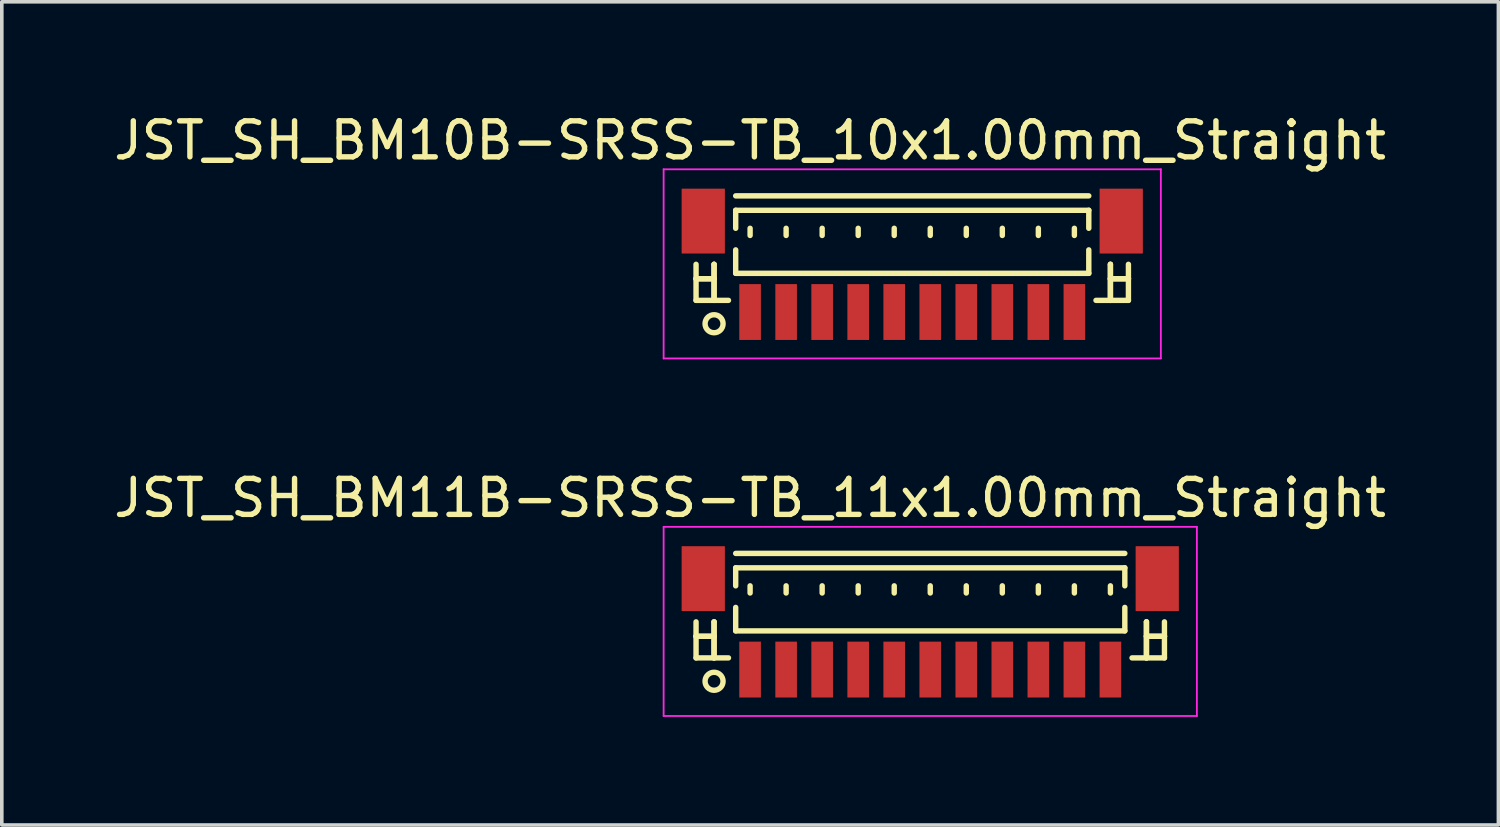
<source format=kicad_pcb>
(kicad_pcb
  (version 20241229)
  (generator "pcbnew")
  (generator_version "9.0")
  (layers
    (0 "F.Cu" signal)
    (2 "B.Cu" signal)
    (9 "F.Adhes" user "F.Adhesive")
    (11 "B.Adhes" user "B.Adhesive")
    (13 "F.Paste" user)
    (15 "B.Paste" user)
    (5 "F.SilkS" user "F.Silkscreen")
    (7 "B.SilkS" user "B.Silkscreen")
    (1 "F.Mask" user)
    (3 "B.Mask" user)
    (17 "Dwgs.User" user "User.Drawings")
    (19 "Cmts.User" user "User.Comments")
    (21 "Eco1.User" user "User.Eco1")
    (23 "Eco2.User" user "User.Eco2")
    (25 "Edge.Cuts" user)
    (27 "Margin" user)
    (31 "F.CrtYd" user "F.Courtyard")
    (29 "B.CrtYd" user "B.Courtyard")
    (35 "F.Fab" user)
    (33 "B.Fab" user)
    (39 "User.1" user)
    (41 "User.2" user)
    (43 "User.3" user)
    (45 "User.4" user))
  (footprint "JST_SH_BM11B-SRSS-TB_11x1.00mm_Straight"
    (layer "F.Cu")
    (at 22.768 14.271)
    (property "Reference" "JST_SH_BM11B-SRSS-TB_11x1.00mm_Straight" (at -5 -3.5 0) (layer "F.SilkS") (effects (font (size 1 1) (thickness 0.15))))
    (attr smd)
    (fp_line (start -6.5 -0.062) (end -6.5 0.938) (stroke (width 0.15) (type solid)) (layer "F.SilkS"))
    (fp_line (start -6.5 0.338) (end -6.5 0.338) (stroke (width 0.15) (type solid)) (layer "F.SilkS"))
    (fp_line (start -6.5 0.338) (end -6 0.338) (stroke (width 0.15) (type solid)) (layer "F.SilkS"))
    (fp_line (start -6.5 0.938) (end -5.6 0.938) (stroke (width 0.15) (type solid)) (layer "F.SilkS"))
    (fp_line (start -6 -0.062) (end -6 -0.062) (stroke (width 0.15) (type solid)) (layer "F.SilkS"))
    (fp_line (start -6 -0.062) (end -6 0.938) (stroke (width 0.15) (type solid)) (layer "F.SilkS"))
    (fp_line (start -6 0.338) (end -6.5 0.338) (stroke (width 0.15) (type solid)) (layer "F.SilkS"))
    (fp_line (start -6 0.338) (end -6 0.338) (stroke (width 0.15) (type solid)) (layer "F.SilkS"))
    (fp_line (start -6 0.938) (end -6 -0.062) (stroke (width 0.15) (type solid)) (layer "F.SilkS"))
    (fp_line (start -6 0.938) (end -6 0.938) (stroke (width 0.15) (type solid)) (layer "F.SilkS"))
    (fp_line (start -5.4 -1.962) (end 5.4 -1.962) (stroke (width 0.15) (type solid)) (layer "F.SilkS"))
    (fp_line (start -5.4 -1.562) (end 5.4 -1.562) (stroke (width 0.15) (type solid)) (layer "F.SilkS"))
    (fp_line (start -5.4 -1.062) (end -5.4 -1.562) (stroke (width 0.15) (type solid)) (layer "F.SilkS"))
    (fp_line (start -5.4 -0.463) (end -5.4 0.188) (stroke (width 0.15) (type solid)) (layer "F.SilkS"))
    (fp_line (start -5.4 0.188) (end 5.4 0.188) (stroke (width 0.15) (type solid)) (layer "F.SilkS"))
    (fp_line (start -5 -1.062) (end -5 -0.863) (stroke (width 0.15) (type solid)) (layer "F.SilkS"))
    (fp_line (start -4 -1.062) (end -4 -0.863) (stroke (width 0.15) (type solid)) (layer "F.SilkS"))
    (fp_line (start -3 -1.062) (end -3 -0.863) (stroke (width 0.15) (type solid)) (layer "F.SilkS"))
    (fp_line (start -2 -1.062) (end -2 -0.863) (stroke (width 0.15) (type solid)) (layer "F.SilkS"))
    (fp_line (start -1 -1.062) (end -1 -0.863) (stroke (width 0.15) (type solid)) (layer "F.SilkS"))
    (fp_line (start 0 -1.062) (end 0 -0.863) (stroke (width 0.15) (type solid)) (layer "F.SilkS"))
    (fp_line (start 1 -1.062) (end 1 -0.863) (stroke (width 0.15) (type solid)) (layer "F.SilkS"))
    (fp_line (start 2 -1.062) (end 2 -0.863) (stroke (width 0.15) (type solid)) (layer "F.SilkS"))
    (fp_line (start 3 -1.062) (end 3 -0.863) (stroke (width 0.15) (type solid)) (layer "F.SilkS"))
    (fp_line (start 4 -1.062) (end 4 -0.863) (stroke (width 0.15) (type solid)) (layer "F.SilkS"))
    (fp_line (start 5 -1.062) (end 5 -0.863) (stroke (width 0.15) (type solid)) (layer "F.SilkS"))
    (fp_line (start 5.4 -1.562) (end 5.4 -1.062) (stroke (width 0.15) (type solid)) (layer "F.SilkS"))
    (fp_line (start 5.4 0.188) (end 5.4 -0.463) (stroke (width 0.15) (type solid)) (layer "F.SilkS"))
    (fp_line (start 6 -0.062) (end 6 -0.062) (stroke (width 0.15) (type solid)) (layer "F.SilkS"))
    (fp_line (start 6 -0.062) (end 6 0.938) (stroke (width 0.15) (type solid)) (layer "F.SilkS"))
    (fp_line (start 6 0.338) (end 6 0.338) (stroke (width 0.15) (type solid)) (layer "F.SilkS"))
    (fp_line (start 6 0.338) (end 6.5 0.338) (stroke (width 0.15) (type solid)) (layer "F.SilkS"))
    (fp_line (start 6 0.938) (end 6 -0.062) (stroke (width 0.15) (type solid)) (layer "F.SilkS"))
    (fp_line (start 6 0.938) (end 6 0.938) (stroke (width 0.15) (type solid)) (layer "F.SilkS"))
    (fp_line (start 6.5 -0.062) (end 6.5 0.938) (stroke (width 0.15) (type solid)) (layer "F.SilkS"))
    (fp_line (start 6.5 0.338) (end 6 0.338) (stroke (width 0.15) (type solid)) (layer "F.SilkS"))
    (fp_line (start 6.5 0.338) (end 6.5 0.338) (stroke (width 0.15) (type solid)) (layer "F.SilkS"))
    (fp_line (start 6.5 0.938) (end 5.6 0.938) (stroke (width 0.15) (type solid)) (layer "F.SilkS"))
    (fp_circle (center -6 1.587) (end -5.75 1.587) (stroke (width 0.15) (type solid)) (fill no) (layer "F.SilkS"))
    (fp_line (start -7.4 -2.7) (end 7.4 -2.7) (stroke (width 0.05) (type solid)) (layer "F.CrtYd"))
    (fp_line (start -7.4 2.55) (end -7.4 -2.7) (stroke (width 0.05) (type solid)) (layer "F.CrtYd"))
    (fp_line (start 7.4 -2.7) (end 7.4 2.55) (stroke (width 0.05) (type solid)) (layer "F.CrtYd"))
    (fp_line (start 7.4 2.55) (end -7.4 2.55) (stroke (width 0.05) (type solid)) (layer "F.CrtYd"))
    (pad "" smd rect (at -6.3 -1.262) (size 1.2 1.8) (layers "F.Cu" "F.Mask" "F.Paste"))
    (pad "" smd rect (at 6.3 -1.262) (size 1.2 1.8) (layers "F.Cu" "F.Mask" "F.Paste"))
    (pad "1" smd rect (at -5 1.262) (size 0.6 1.55) (layers "F.Cu" "F.Mask" "F.Paste"))
    (pad "2" smd rect (at -4 1.262) (size 0.6 1.55) (layers "F.Cu" "F.Mask" "F.Paste"))
    (pad "3" smd rect (at -3 1.262) (size 0.6 1.55) (layers "F.Cu" "F.Mask" "F.Paste"))
    (pad "4" smd rect (at -2 1.262) (size 0.6 1.55) (layers "F.Cu" "F.Mask" "F.Paste"))
    (pad "5" smd rect (at -1 1.262) (size 0.6 1.55) (layers "F.Cu" "F.Mask" "F.Paste"))
    (pad "6" smd rect (at 0 1.262) (size 0.6 1.55) (layers "F.Cu" "F.Mask" "F.Paste"))
    (pad "7" smd rect (at 1 1.262) (size 0.6 1.55) (layers "F.Cu" "F.Mask" "F.Paste"))
    (pad "8" smd rect (at 2 1.262) (size 0.6 1.55) (layers "F.Cu" "F.Mask" "F.Paste"))
    (pad "9" smd rect (at 3 1.262) (size 0.6 1.55) (layers "F.Cu" "F.Mask" "F.Paste"))
    (pad "10" smd rect (at 4 1.262) (size 0.6 1.55) (layers "F.Cu" "F.Mask" "F.Paste"))
    (pad "11" smd rect (at 5 1.262) (size 0.6 1.55) (layers "F.Cu" "F.Mask" "F.Paste")))
  (footprint "JST_SH_BM10B-SRSS-TB_10x1.00mm_Straight"
    (layer "F.Cu")
    (at 22.268 4.348)
    (property "Reference" "JST_SH_BM10B-SRSS-TB_10x1.00mm_Straight" (at -4.5 -3.5 0) (layer "F.SilkS") (effects (font (size 1 1) (thickness 0.15))))
    (attr smd)
    (fp_line (start -6 -0.062) (end -6 0.938) (stroke (width 0.15) (type solid)) (layer "F.SilkS"))
    (fp_line (start -6 0.338) (end -6 0.338) (stroke (width 0.15) (type solid)) (layer "F.SilkS"))
    (fp_line (start -6 0.338) (end -5.5 0.338) (stroke (width 0.15) (type solid)) (layer "F.SilkS"))
    (fp_line (start -6 0.938) (end -5.1 0.938) (stroke (width 0.15) (type solid)) (layer "F.SilkS"))
    (fp_line (start -5.5 -0.062) (end -5.5 -0.062) (stroke (width 0.15) (type solid)) (layer "F.SilkS"))
    (fp_line (start -5.5 -0.062) (end -5.5 0.938) (stroke (width 0.15) (type solid)) (layer "F.SilkS"))
    (fp_line (start -5.5 0.338) (end -6 0.338) (stroke (width 0.15) (type solid)) (layer "F.SilkS"))
    (fp_line (start -5.5 0.338) (end -5.5 0.338) (stroke (width 0.15) (type solid)) (layer "F.SilkS"))
    (fp_line (start -5.5 0.938) (end -5.5 -0.062) (stroke (width 0.15) (type solid)) (layer "F.SilkS"))
    (fp_line (start -5.5 0.938) (end -5.5 0.938) (stroke (width 0.15) (type solid)) (layer "F.SilkS"))
    (fp_line (start -4.9 -1.962) (end 4.9 -1.962) (stroke (width 0.15) (type solid)) (layer "F.SilkS"))
    (fp_line (start -4.9 -1.562) (end 4.9 -1.562) (stroke (width 0.15) (type solid)) (layer "F.SilkS"))
    (fp_line (start -4.9 -1.062) (end -4.9 -1.562) (stroke (width 0.15) (type solid)) (layer "F.SilkS"))
    (fp_line (start -4.9 -0.463) (end -4.9 0.188) (stroke (width 0.15) (type solid)) (layer "F.SilkS"))
    (fp_line (start -4.9 0.188) (end 4.9 0.188) (stroke (width 0.15) (type solid)) (layer "F.SilkS"))
    (fp_line (start -4.5 -1.062) (end -4.5 -0.863) (stroke (width 0.15) (type solid)) (layer "F.SilkS"))
    (fp_line (start -3.5 -1.062) (end -3.5 -0.863) (stroke (width 0.15) (type solid)) (layer "F.SilkS"))
    (fp_line (start -2.5 -1.062) (end -2.5 -0.863) (stroke (width 0.15) (type solid)) (layer "F.SilkS"))
    (fp_line (start -1.5 -1.062) (end -1.5 -0.863) (stroke (width 0.15) (type solid)) (layer "F.SilkS"))
    (fp_line (start -0.5 -1.062) (end -0.5 -0.863) (stroke (width 0.15) (type solid)) (layer "F.SilkS"))
    (fp_line (start 0.5 -1.062) (end 0.5 -0.863) (stroke (width 0.15) (type solid)) (layer "F.SilkS"))
    (fp_line (start 1.5 -1.062) (end 1.5 -0.863) (stroke (width 0.15) (type solid)) (layer "F.SilkS"))
    (fp_line (start 2.5 -1.062) (end 2.5 -0.863) (stroke (width 0.15) (type solid)) (layer "F.SilkS"))
    (fp_line (start 3.5 -1.062) (end 3.5 -0.863) (stroke (width 0.15) (type solid)) (layer "F.SilkS"))
    (fp_line (start 4.5 -1.062) (end 4.5 -0.863) (stroke (width 0.15) (type solid)) (layer "F.SilkS"))
    (fp_line (start 4.9 -1.562) (end 4.9 -1.062) (stroke (width 0.15) (type solid)) (layer "F.SilkS"))
    (fp_line (start 4.9 0.188) (end 4.9 -0.463) (stroke (width 0.15) (type solid)) (layer "F.SilkS"))
    (fp_line (start 5.5 -0.062) (end 5.5 -0.062) (stroke (width 0.15) (type solid)) (layer "F.SilkS"))
    (fp_line (start 5.5 -0.062) (end 5.5 0.938) (stroke (width 0.15) (type solid)) (layer "F.SilkS"))
    (fp_line (start 5.5 0.338) (end 5.5 0.338) (stroke (width 0.15) (type solid)) (layer "F.SilkS"))
    (fp_line (start 5.5 0.338) (end 6 0.338) (stroke (width 0.15) (type solid)) (layer "F.SilkS"))
    (fp_line (start 5.5 0.938) (end 5.5 -0.062) (stroke (width 0.15) (type solid)) (layer "F.SilkS"))
    (fp_line (start 5.5 0.938) (end 5.5 0.938) (stroke (width 0.15) (type solid)) (layer "F.SilkS"))
    (fp_line (start 6 -0.062) (end 6 0.938) (stroke (width 0.15) (type solid)) (layer "F.SilkS"))
    (fp_line (start 6 0.338) (end 5.5 0.338) (stroke (width 0.15) (type solid)) (layer "F.SilkS"))
    (fp_line (start 6 0.338) (end 6 0.338) (stroke (width 0.15) (type solid)) (layer "F.SilkS"))
    (fp_line (start 6 0.938) (end 5.1 0.938) (stroke (width 0.15) (type solid)) (layer "F.SilkS"))
    (fp_circle (center -5.5 1.587) (end -5.25 1.587) (stroke (width 0.15) (type solid)) (fill no) (layer "F.SilkS"))
    (fp_line (start -6.9 -2.7) (end 6.9 -2.7) (stroke (width 0.05) (type solid)) (layer "F.CrtYd"))
    (fp_line (start -6.9 2.55) (end -6.9 -2.7) (stroke (width 0.05) (type solid)) (layer "F.CrtYd"))
    (fp_line (start 6.9 -2.7) (end 6.9 2.55) (stroke (width 0.05) (type solid)) (layer "F.CrtYd"))
    (fp_line (start 6.9 2.55) (end -6.9 2.55) (stroke (width 0.05) (type solid)) (layer "F.CrtYd"))
    (pad "" smd rect (at -5.8 -1.262) (size 1.2 1.8) (layers "F.Cu" "F.Mask" "F.Paste"))
    (pad "" smd rect (at 5.8 -1.262) (size 1.2 1.8) (layers "F.Cu" "F.Mask" "F.Paste"))
    (pad "1" smd rect (at -4.5 1.262) (size 0.6 1.55) (layers "F.Cu" "F.Mask" "F.Paste"))
    (pad "2" smd rect (at -3.5 1.262) (size 0.6 1.55) (layers "F.Cu" "F.Mask" "F.Paste"))
    (pad "3" smd rect (at -2.5 1.262) (size 0.6 1.55) (layers "F.Cu" "F.Mask" "F.Paste"))
    (pad "4" smd rect (at -1.5 1.262) (size 0.6 1.55) (layers "F.Cu" "F.Mask" "F.Paste"))
    (pad "5" smd rect (at -0.5 1.262) (size 0.6 1.55) (layers "F.Cu" "F.Mask" "F.Paste"))
    (pad "6" smd rect (at 0.5 1.262) (size 0.6 1.55) (layers "F.Cu" "F.Mask" "F.Paste"))
    (pad "7" smd rect (at 1.5 1.262) (size 0.6 1.55) (layers "F.Cu" "F.Mask" "F.Paste"))
    (pad "8" smd rect (at 2.5 1.262) (size 0.6 1.55) (layers "F.Cu" "F.Mask" "F.Paste"))
    (pad "9" smd rect (at 3.5 1.262) (size 0.6 1.55) (layers "F.Cu" "F.Mask" "F.Paste"))
    (pad "10" smd rect (at 4.5 1.262) (size 0.6 1.55) (layers "F.Cu" "F.Mask" "F.Paste")))
  (gr_rect
    (start -3 -3)
    (end 38.536 19.846)
    (stroke (width 0.1) (type default))
    (fill no)
    (layer "Edge.Cuts")))
</source>
